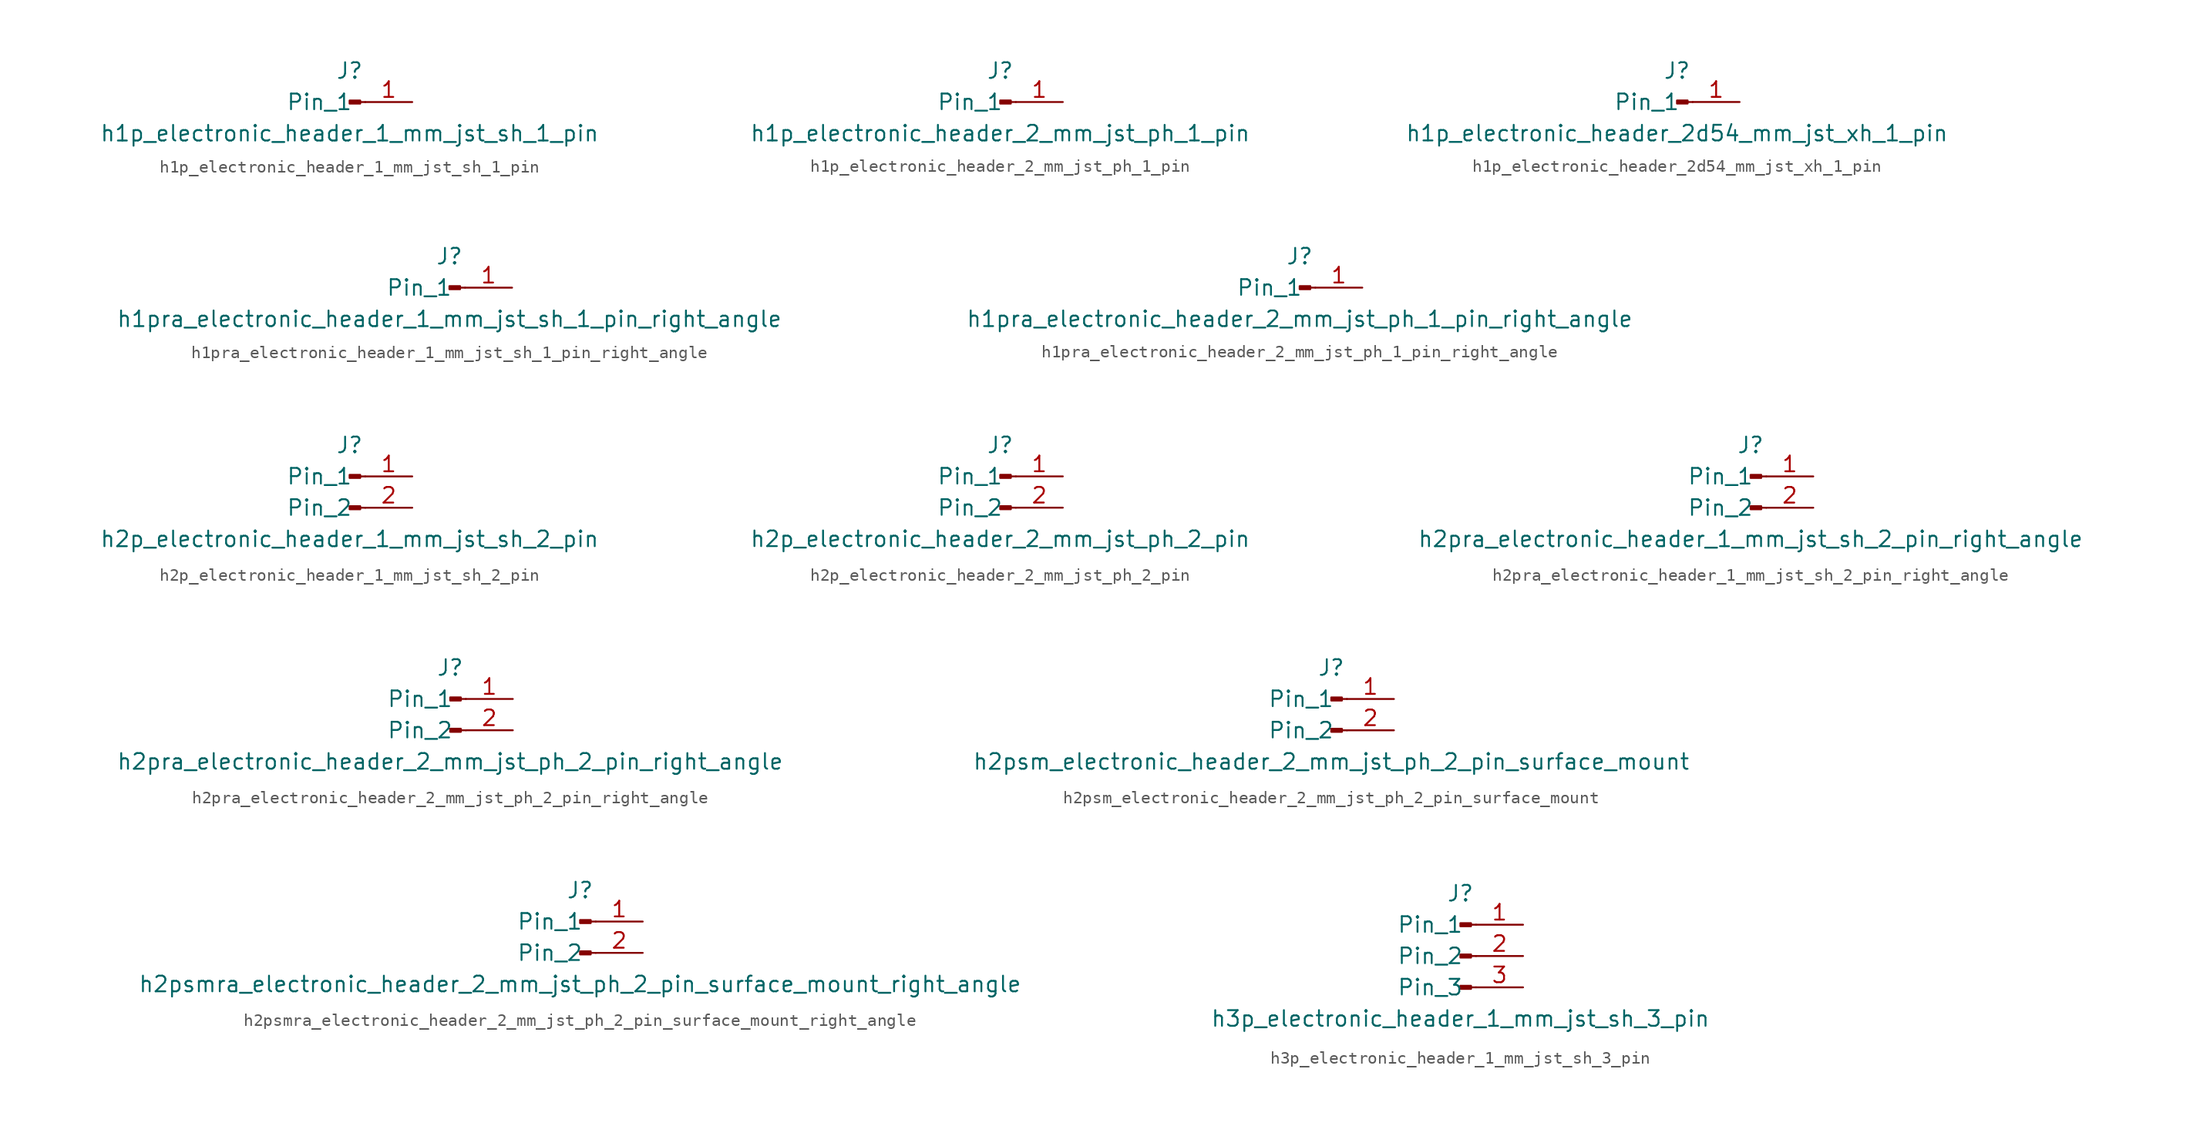
<source format=kicad_sym>
(kicad_symbol_lib
  (version 20220914)
  (generator kicad_symbol_editor)
  (symbol "h1p_electronic_header_1_mm_jst_sh_1_pin"
    (pin_names
      (offset 1.016))
    (property "Reference" "J"
      (at 0 2.54 0)
      (effects (font (size 1.27 1.27))))
    (property "Value" "h1p_electronic_header_1_mm_jst_sh_1_pin"
      (at 0 -2.54 0)
      (effects (font (size 1.27 1.27))))
    (property "ki_locked" ""
      (at 0 0 0)
      (effects (font (size 1.27 1.27))))
    (symbol "h1p_electronic_header_1_mm_jst_sh_1_pin_1_1"
      (polyline (pts (xy 1.27 0) (xy 0.864 0)) (stroke (width 0.152) (type default)) (fill (type none)))
      (rectangle (start 0.864 0.127) (end 0 -0.127) (stroke (width 0.152) (type default)) (fill (type outline)))
      (pin passive line (at 5.08 0 180) (length 3.81) (name "Pin_1" (effects (font (size 1.27 1.27)))) (number "1" (effects (font (size 1.27 1.27)))))))
  (symbol "h1p_electronic_header_2_mm_jst_ph_1_pin"
    (pin_names
      (offset 1.016))
    (property "Reference" "J"
      (at 0 2.54 0)
      (effects (font (size 1.27 1.27))))
    (property "Value" "h1p_electronic_header_2_mm_jst_ph_1_pin"
      (at 0 -2.54 0)
      (effects (font (size 1.27 1.27))))
    (property "ki_locked" ""
      (at 0 0 0)
      (effects (font (size 1.27 1.27))))
    (symbol "h1p_electronic_header_2_mm_jst_ph_1_pin_1_1"
      (polyline (pts (xy 1.27 0) (xy 0.864 0)) (stroke (width 0.152) (type default)) (fill (type none)))
      (rectangle (start 0.864 0.127) (end 0 -0.127) (stroke (width 0.152) (type default)) (fill (type outline)))
      (pin passive line (at 5.08 0 180) (length 3.81) (name "Pin_1" (effects (font (size 1.27 1.27)))) (number "1" (effects (font (size 1.27 1.27)))))))
  (symbol "h1p_electronic_header_2d54_mm_jst_xh_1_pin"
    (pin_names
      (offset 1.016))
    (property "Reference" "J"
      (at 0 2.54 0)
      (effects (font (size 1.27 1.27))))
    (property "Value" "h1p_electronic_header_2d54_mm_jst_xh_1_pin"
      (at 0 -2.54 0)
      (effects (font (size 1.27 1.27))))
    (property "ki_locked" ""
      (at 0 0 0)
      (effects (font (size 1.27 1.27))))
    (symbol "h1p_electronic_header_2d54_mm_jst_xh_1_pin_1_1"
      (polyline (pts (xy 1.27 0) (xy 0.864 0)) (stroke (width 0.152) (type default)) (fill (type none)))
      (rectangle (start 0.864 0.127) (end 0 -0.127) (stroke (width 0.152) (type default)) (fill (type outline)))
      (pin passive line (at 5.08 0 180) (length 3.81) (name "Pin_1" (effects (font (size 1.27 1.27)))) (number "1" (effects (font (size 1.27 1.27)))))))
  (symbol "h1pra_electronic_header_1_mm_jst_sh_1_pin_right_angle"
    (pin_names
      (offset 1.016))
    (property "Reference" "J"
      (at 0 2.54 0)
      (effects (font (size 1.27 1.27))))
    (property "Value" "h1pra_electronic_header_1_mm_jst_sh_1_pin_right_angle"
      (at 0 -2.54 0)
      (effects (font (size 1.27 1.27))))
    (property "ki_locked" ""
      (at 0 0 0)
      (effects (font (size 1.27 1.27))))
    (symbol "h1pra_electronic_header_1_mm_jst_sh_1_pin_right_angle_1_1"
      (polyline (pts (xy 1.27 0) (xy 0.864 0)) (stroke (width 0.152) (type default)) (fill (type none)))
      (rectangle (start 0.864 0.127) (end 0 -0.127) (stroke (width 0.152) (type default)) (fill (type outline)))
      (pin passive line (at 5.08 0 180) (length 3.81) (name "Pin_1" (effects (font (size 1.27 1.27)))) (number "1" (effects (font (size 1.27 1.27)))))))
  (symbol "h1pra_electronic_header_2_mm_jst_ph_1_pin_right_angle"
    (pin_names
      (offset 1.016))
    (property "Reference" "J"
      (at 0 2.54 0)
      (effects (font (size 1.27 1.27))))
    (property "Value" "h1pra_electronic_header_2_mm_jst_ph_1_pin_right_angle"
      (at 0 -2.54 0)
      (effects (font (size 1.27 1.27))))
    (property "ki_locked" ""
      (at 0 0 0)
      (effects (font (size 1.27 1.27))))
    (symbol "h1pra_electronic_header_2_mm_jst_ph_1_pin_right_angle_1_1"
      (polyline (pts (xy 1.27 0) (xy 0.864 0)) (stroke (width 0.152) (type default)) (fill (type none)))
      (rectangle (start 0.864 0.127) (end 0 -0.127) (stroke (width 0.152) (type default)) (fill (type outline)))
      (pin passive line (at 5.08 0 180) (length 3.81) (name "Pin_1" (effects (font (size 1.27 1.27)))) (number "1" (effects (font (size 1.27 1.27)))))))
  (symbol "h2p_electronic_header_1_mm_jst_sh_2_pin"
    (pin_names
      (offset 1.016))
    (property "Reference" "J"
      (at 0 2.54 0)
      (effects (font (size 1.27 1.27))))
    (property "Value" "h2p_electronic_header_1_mm_jst_sh_2_pin"
      (at 0 -5.08 0)
      (effects (font (size 1.27 1.27))))
    (property "ki_locked" ""
      (at 0 0 0)
      (effects (font (size 1.27 1.27))))
    (symbol "h2p_electronic_header_1_mm_jst_sh_2_pin_1_1"
      (polyline (pts (xy 1.27 -2.54) (xy 0.864 -2.54)) (stroke (width 0.152) (type default)) (fill (type none)))
      (polyline (pts (xy 1.27 0) (xy 0.864 0)) (stroke (width 0.152) (type default)) (fill (type none)))
      (rectangle (start 0.864 -2.413) (end 0 -2.667) (stroke (width 0.152) (type default)) (fill (type outline)))
      (rectangle (start 0.864 0.127) (end 0 -0.127) (stroke (width 0.152) (type default)) (fill (type outline)))
      (pin passive line (at 5.08 0 180) (length 3.81) (name "Pin_1" (effects (font (size 1.27 1.27)))) (number "1" (effects (font (size 1.27 1.27)))))
      (pin passive line (at 5.08 -2.54 180) (length 3.81) (name "Pin_2" (effects (font (size 1.27 1.27)))) (number "2" (effects (font (size 1.27 1.27)))))))
  (symbol "h2p_electronic_header_2_mm_jst_ph_2_pin"
    (pin_names
      (offset 1.016))
    (property "Reference" "J"
      (at 0 2.54 0)
      (effects (font (size 1.27 1.27))))
    (property "Value" "h2p_electronic_header_2_mm_jst_ph_2_pin"
      (at 0 -5.08 0)
      (effects (font (size 1.27 1.27))))
    (property "ki_locked" ""
      (at 0 0 0)
      (effects (font (size 1.27 1.27))))
    (symbol "h2p_electronic_header_2_mm_jst_ph_2_pin_1_1"
      (polyline (pts (xy 1.27 -2.54) (xy 0.864 -2.54)) (stroke (width 0.152) (type default)) (fill (type none)))
      (polyline (pts (xy 1.27 0) (xy 0.864 0)) (stroke (width 0.152) (type default)) (fill (type none)))
      (rectangle (start 0.864 -2.413) (end 0 -2.667) (stroke (width 0.152) (type default)) (fill (type outline)))
      (rectangle (start 0.864 0.127) (end 0 -0.127) (stroke (width 0.152) (type default)) (fill (type outline)))
      (pin passive line (at 5.08 0 180) (length 3.81) (name "Pin_1" (effects (font (size 1.27 1.27)))) (number "1" (effects (font (size 1.27 1.27)))))
      (pin passive line (at 5.08 -2.54 180) (length 3.81) (name "Pin_2" (effects (font (size 1.27 1.27)))) (number "2" (effects (font (size 1.27 1.27)))))))
  (symbol "h2pra_electronic_header_1_mm_jst_sh_2_pin_right_angle"
    (pin_names
      (offset 1.016))
    (property "Reference" "J"
      (at 0 2.54 0)
      (effects (font (size 1.27 1.27))))
    (property "Value" "h2pra_electronic_header_1_mm_jst_sh_2_pin_right_angle"
      (at 0 -5.08 0)
      (effects (font (size 1.27 1.27))))
    (property "ki_locked" ""
      (at 0 0 0)
      (effects (font (size 1.27 1.27))))
    (symbol "h2pra_electronic_header_1_mm_jst_sh_2_pin_right_angle_1_1"
      (polyline (pts (xy 1.27 -2.54) (xy 0.864 -2.54)) (stroke (width 0.152) (type default)) (fill (type none)))
      (polyline (pts (xy 1.27 0) (xy 0.864 0)) (stroke (width 0.152) (type default)) (fill (type none)))
      (rectangle (start 0.864 -2.413) (end 0 -2.667) (stroke (width 0.152) (type default)) (fill (type outline)))
      (rectangle (start 0.864 0.127) (end 0 -0.127) (stroke (width 0.152) (type default)) (fill (type outline)))
      (pin passive line (at 5.08 0 180) (length 3.81) (name "Pin_1" (effects (font (size 1.27 1.27)))) (number "1" (effects (font (size 1.27 1.27)))))
      (pin passive line (at 5.08 -2.54 180) (length 3.81) (name "Pin_2" (effects (font (size 1.27 1.27)))) (number "2" (effects (font (size 1.27 1.27)))))))
  (symbol "h2pra_electronic_header_2_mm_jst_ph_2_pin_right_angle"
    (pin_names
      (offset 1.016))
    (property "Reference" "J"
      (at 0 2.54 0)
      (effects (font (size 1.27 1.27))))
    (property "Value" "h2pra_electronic_header_2_mm_jst_ph_2_pin_right_angle"
      (at 0 -5.08 0)
      (effects (font (size 1.27 1.27))))
    (property "ki_locked" ""
      (at 0 0 0)
      (effects (font (size 1.27 1.27))))
    (symbol "h2pra_electronic_header_2_mm_jst_ph_2_pin_right_angle_1_1"
      (polyline (pts (xy 1.27 -2.54) (xy 0.864 -2.54)) (stroke (width 0.152) (type default)) (fill (type none)))
      (polyline (pts (xy 1.27 0) (xy 0.864 0)) (stroke (width 0.152) (type default)) (fill (type none)))
      (rectangle (start 0.864 -2.413) (end 0 -2.667) (stroke (width 0.152) (type default)) (fill (type outline)))
      (rectangle (start 0.864 0.127) (end 0 -0.127) (stroke (width 0.152) (type default)) (fill (type outline)))
      (pin passive line (at 5.08 0 180) (length 3.81) (name "Pin_1" (effects (font (size 1.27 1.27)))) (number "1" (effects (font (size 1.27 1.27)))))
      (pin passive line (at 5.08 -2.54 180) (length 3.81) (name "Pin_2" (effects (font (size 1.27 1.27)))) (number "2" (effects (font (size 1.27 1.27)))))))
  (symbol "h2psm_electronic_header_2_mm_jst_ph_2_pin_surface_mount"
    (pin_names
      (offset 1.016))
    (property "Reference" "J"
      (at 0 2.54 0)
      (effects (font (size 1.27 1.27))))
    (property "Value" "h2psm_electronic_header_2_mm_jst_ph_2_pin_surface_mount"
      (at 0 -5.08 0)
      (effects (font (size 1.27 1.27))))
    (property "ki_locked" ""
      (at 0 0 0)
      (effects (font (size 1.27 1.27))))
    (symbol "h2psm_electronic_header_2_mm_jst_ph_2_pin_surface_mount_1_1"
      (polyline (pts (xy 1.27 -2.54) (xy 0.864 -2.54)) (stroke (width 0.152) (type default)) (fill (type none)))
      (polyline (pts (xy 1.27 0) (xy 0.864 0)) (stroke (width 0.152) (type default)) (fill (type none)))
      (rectangle (start 0.864 -2.413) (end 0 -2.667) (stroke (width 0.152) (type default)) (fill (type outline)))
      (rectangle (start 0.864 0.127) (end 0 -0.127) (stroke (width 0.152) (type default)) (fill (type outline)))
      (pin passive line (at 5.08 0 180) (length 3.81) (name "Pin_1" (effects (font (size 1.27 1.27)))) (number "1" (effects (font (size 1.27 1.27)))))
      (pin passive line (at 5.08 -2.54 180) (length 3.81) (name "Pin_2" (effects (font (size 1.27 1.27)))) (number "2" (effects (font (size 1.27 1.27)))))))
  (symbol "h2psmra_electronic_header_2_mm_jst_ph_2_pin_surface_mount_right_angle"
    (pin_names
      (offset 1.016))
    (property "Reference" "J"
      (at 0 2.54 0)
      (effects (font (size 1.27 1.27))))
    (property "Value" "h2psmra_electronic_header_2_mm_jst_ph_2_pin_surface_mount_right_angle"
      (at 0 -5.08 0)
      (effects (font (size 1.27 1.27))))
    (property "ki_locked" ""
      (at 0 0 0)
      (effects (font (size 1.27 1.27))))
    (symbol "h2psmra_electronic_header_2_mm_jst_ph_2_pin_surface_mount_right_angle_1_1"
      (polyline (pts (xy 1.27 -2.54) (xy 0.864 -2.54)) (stroke (width 0.152) (type default)) (fill (type none)))
      (polyline (pts (xy 1.27 0) (xy 0.864 0)) (stroke (width 0.152) (type default)) (fill (type none)))
      (rectangle (start 0.864 -2.413) (end 0 -2.667) (stroke (width 0.152) (type default)) (fill (type outline)))
      (rectangle (start 0.864 0.127) (end 0 -0.127) (stroke (width 0.152) (type default)) (fill (type outline)))
      (pin passive line (at 5.08 0 180) (length 3.81) (name "Pin_1" (effects (font (size 1.27 1.27)))) (number "1" (effects (font (size 1.27 1.27)))))
      (pin passive line (at 5.08 -2.54 180) (length 3.81) (name "Pin_2" (effects (font (size 1.27 1.27)))) (number "2" (effects (font (size 1.27 1.27)))))))
  (symbol "h3p_electronic_header_1_mm_jst_sh_3_pin"
    (pin_names
      (offset 1.016))
    (property "Reference" "J"
      (at 0 5.08 0)
      (effects (font (size 1.27 1.27))))
    (property "Value" "h3p_electronic_header_1_mm_jst_sh_3_pin"
      (at 0 -5.08 0)
      (effects (font (size 1.27 1.27))))
    (property "ki_locked" ""
      (at 0 0 0)
      (effects (font (size 1.27 1.27))))
    (symbol "h3p_electronic_header_1_mm_jst_sh_3_pin_1_1"
      (polyline (pts (xy 1.27 -2.54) (xy 0.864 -2.54)) (stroke (width 0.152) (type default)) (fill (type none)))
      (polyline (pts (xy 1.27 0) (xy 0.864 0)) (stroke (width 0.152) (type default)) (fill (type none)))
      (polyline (pts (xy 1.27 2.54) (xy 0.864 2.54)) (stroke (width 0.152) (type default)) (fill (type none)))
      (rectangle (start 0.864 -2.413) (end 0 -2.667) (stroke (width 0.152) (type default)) (fill (type outline)))
      (rectangle (start 0.864 0.127) (end 0 -0.127) (stroke (width 0.152) (type default)) (fill (type outline)))
      (rectangle (start 0.864 2.667) (end 0 2.413) (stroke (width 0.152) (type default)) (fill (type outline)))
      (pin passive line (at 5.08 2.54 180) (length 3.81) (name "Pin_1" (effects (font (size 1.27 1.27)))) (number "1" (effects (font (size 1.27 1.27)))))
      (pin passive line (at 5.08 0 180) (length 3.81) (name "Pin_2" (effects (font (size 1.27 1.27)))) (number "2" (effects (font (size 1.27 1.27)))))
      (pin passive line (at 5.08 -2.54 180) (length 3.81) (name "Pin_3" (effects (font (size 1.27 1.27)))) (number "3" (effects (font (size 1.27 1.27))))))))
</source>
